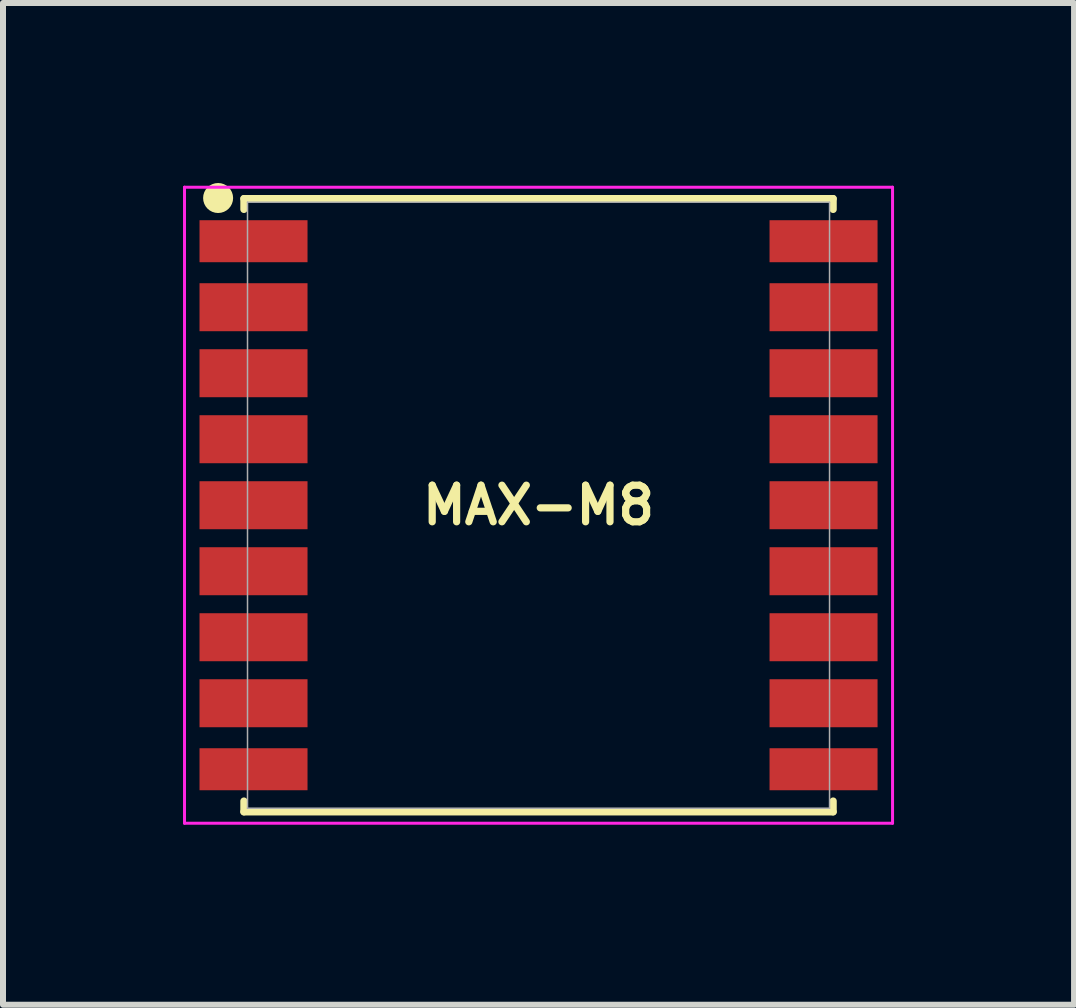
<source format=kicad_pcb>
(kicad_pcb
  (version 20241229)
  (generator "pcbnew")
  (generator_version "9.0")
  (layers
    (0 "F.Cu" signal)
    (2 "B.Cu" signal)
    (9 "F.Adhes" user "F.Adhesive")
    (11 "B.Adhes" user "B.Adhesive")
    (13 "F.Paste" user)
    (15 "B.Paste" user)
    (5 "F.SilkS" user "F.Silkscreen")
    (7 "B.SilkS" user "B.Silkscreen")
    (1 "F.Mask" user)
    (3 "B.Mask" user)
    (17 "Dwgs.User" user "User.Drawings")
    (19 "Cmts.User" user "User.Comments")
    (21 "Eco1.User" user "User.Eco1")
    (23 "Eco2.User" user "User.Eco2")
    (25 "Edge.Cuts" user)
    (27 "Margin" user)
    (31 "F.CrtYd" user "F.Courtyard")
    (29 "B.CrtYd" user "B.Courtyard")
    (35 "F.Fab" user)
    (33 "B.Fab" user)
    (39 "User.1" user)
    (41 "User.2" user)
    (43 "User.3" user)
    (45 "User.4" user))
  (footprint "MAX-M8"
    (layer "F.Cu")
    (at 5.925 5.37)
    (property "Reference" "MAX-M8" (at 0 0 0) (layer "F.SilkS") (effects (font (size 0.61 0.61) (thickness 0.12))))
    (attr smd)
    (fp_line (start -4.91 -5.11) (end -4.91 -4.93) (stroke (width 0.12) (type solid)) (layer "F.SilkS"))
    (fp_line (start -4.91 -5.11) (end 4.91 -5.11) (stroke (width 0.12) (type solid)) (layer "F.SilkS"))
    (fp_line (start -4.91 5.11) (end -4.91 4.93) (stroke (width 0.12) (type solid)) (layer "F.SilkS"))
    (fp_line (start -4.91 5.11) (end 4.91 5.11) (stroke (width 0.12) (type solid)) (layer "F.SilkS"))
    (fp_line (start 4.91 -5.11) (end 4.91 -4.93) (stroke (width 0.12) (type solid)) (layer "F.SilkS"))
    (fp_line (start 4.91 5.11) (end 4.91 4.93) (stroke (width 0.12) (type solid)) (layer "F.SilkS"))
    (fp_circle (center -5.34 -5.12) (end -5.215 -5.12) (stroke (width 0.25) (type solid)) (fill no) (layer "F.SilkS"))
    (fp_line (start -5.9 -5.3) (end 5.9 -5.3) (stroke (width 0.05) (type solid)) (layer "F.CrtYd"))
    (fp_line (start -5.9 5.3) (end -5.9 -5.3) (stroke (width 0.05) (type solid)) (layer "F.CrtYd"))
    (fp_line (start 5.9 -5.3) (end 5.9 5.3) (stroke (width 0.05) (type solid)) (layer "F.CrtYd"))
    (fp_line (start 5.9 5.3) (end -5.9 5.3) (stroke (width 0.05) (type solid)) (layer "F.CrtYd"))
    (fp_line (start -4.85 -5.05) (end 4.85 -5.05) (stroke (width 0.025) (type solid)) (layer "F.Fab"))
    (fp_line (start -4.85 5.05) (end -4.85 -5.05) (stroke (width 0.025) (type solid)) (layer "F.Fab"))
    (fp_line (start 4.85 -5.05) (end 4.85 5.05) (stroke (width 0.025) (type solid)) (layer "F.Fab"))
    (fp_line (start 4.85 5.05) (end -4.85 5.05) (stroke (width 0.025) (type solid)) (layer "F.Fab"))
    (pad "1" smd rect (at -4.75 -4.4) (size 1.8 0.7) (layers "F.Cu" "F.Mask" "F.Paste"))
    (pad "2" smd rect (at -4.75 -3.3) (size 1.8 0.8) (layers "F.Cu" "F.Mask" "F.Paste"))
    (pad "3" smd rect (at -4.75 -2.2) (size 1.8 0.8) (layers "F.Cu" "F.Mask" "F.Paste"))
    (pad "4" smd rect (at -4.75 -1.1) (size 1.8 0.8) (layers "F.Cu" "F.Mask" "F.Paste"))
    (pad "5" smd rect (at -4.75 0) (size 1.8 0.8) (layers "F.Cu" "F.Mask" "F.Paste"))
    (pad "6" smd rect (at -4.75 1.1) (size 1.8 0.8) (layers "F.Cu" "F.Mask" "F.Paste"))
    (pad "7" smd rect (at -4.75 2.2) (size 1.8 0.8) (layers "F.Cu" "F.Mask" "F.Paste"))
    (pad "8" smd rect (at -4.75 3.3) (size 1.8 0.8) (layers "F.Cu" "F.Mask" "F.Paste"))
    (pad "9" smd rect (at -4.75 4.4) (size 1.8 0.7) (layers "F.Cu" "F.Mask" "F.Paste"))
    (pad "10" smd rect (at 4.75 4.4) (size 1.8 0.7) (layers "F.Cu" "F.Mask" "F.Paste"))
    (pad "11" smd rect (at 4.75 3.3) (size 1.8 0.8) (layers "F.Cu" "F.Mask" "F.Paste"))
    (pad "12" smd rect (at 4.75 2.2) (size 1.8 0.8) (layers "F.Cu" "F.Mask" "F.Paste"))
    (pad "13" smd rect (at 4.75 1.1) (size 1.8 0.8) (layers "F.Cu" "F.Mask" "F.Paste"))
    (pad "14" smd rect (at 4.75 0) (size 1.8 0.8) (layers "F.Cu" "F.Mask" "F.Paste"))
    (pad "15" smd rect (at 4.75 -1.1) (size 1.8 0.8) (layers "F.Cu" "F.Mask" "F.Paste"))
    (pad "16" smd rect (at 4.75 -2.2) (size 1.8 0.8) (layers "F.Cu" "F.Mask" "F.Paste"))
    (pad "17" smd rect (at 4.75 -3.3) (size 1.8 0.8) (layers "F.Cu" "F.Mask" "F.Paste"))
    (pad "18" smd rect (at 4.75 -4.4) (size 1.8 0.7) (layers "F.Cu" "F.Mask" "F.Paste")))
  (gr_rect
    (start -3 -3)
    (end 14.85 13.695)
    (stroke (width 0.1) (type default))
    (fill no)
    (layer "Edge.Cuts")))
</source>
